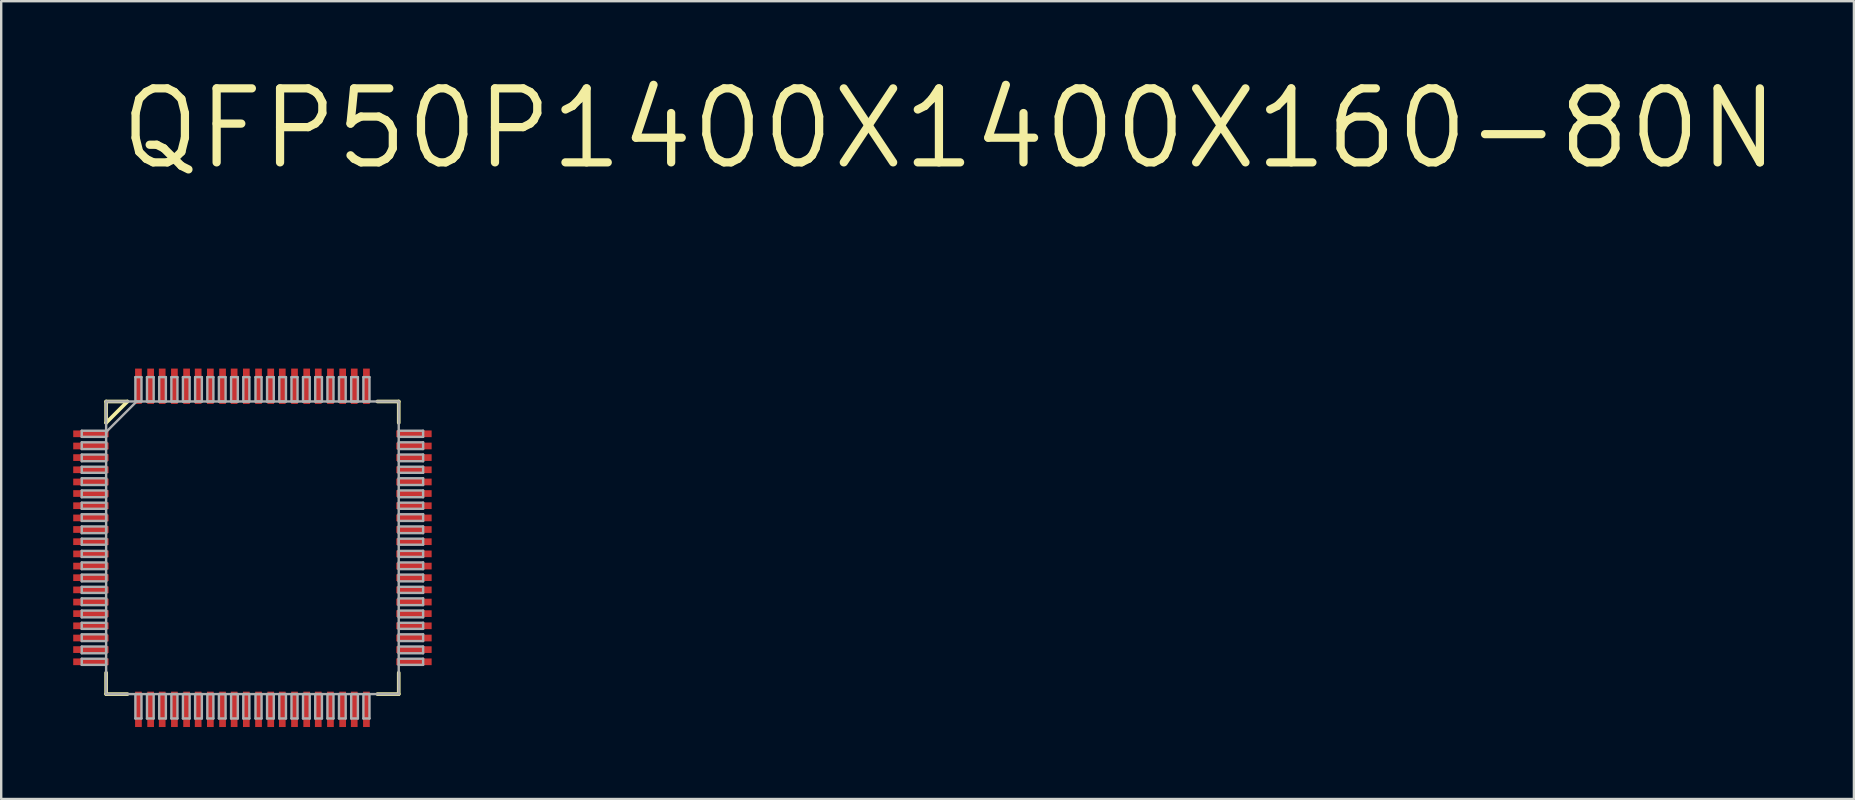
<source format=kicad_pcb>
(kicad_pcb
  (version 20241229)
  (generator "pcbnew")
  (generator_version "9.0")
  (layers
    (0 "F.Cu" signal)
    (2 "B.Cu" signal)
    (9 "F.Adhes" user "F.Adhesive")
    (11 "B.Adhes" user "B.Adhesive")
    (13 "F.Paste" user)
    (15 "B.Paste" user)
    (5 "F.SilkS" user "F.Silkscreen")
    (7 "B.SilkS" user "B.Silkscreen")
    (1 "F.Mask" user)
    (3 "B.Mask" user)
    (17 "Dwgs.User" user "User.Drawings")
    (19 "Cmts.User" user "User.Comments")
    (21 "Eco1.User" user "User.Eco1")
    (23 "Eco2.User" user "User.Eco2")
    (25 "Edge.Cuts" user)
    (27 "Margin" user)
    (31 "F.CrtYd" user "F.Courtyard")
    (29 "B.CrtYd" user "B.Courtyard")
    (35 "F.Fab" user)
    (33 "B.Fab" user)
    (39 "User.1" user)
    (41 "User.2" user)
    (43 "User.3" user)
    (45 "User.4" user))
  (footprint "QFP50P1400X1400X160-80N"
    (layer "F.Cu")
    (at 7.468 19.775)
    (property "Reference" "QFP50P1400X1400X160-80N" (at -5.681 -15.665 0) (layer "F.SilkS") (effects (font (size 3.083 3.083) (thickness 0.343)) (justify left bottom)))
    (fp_line (start -6.096 -6.096) (end -6.096 -5.207) (stroke (width 0.152) (type solid)) (layer "F.SilkS"))
    (fp_line (start -6.096 -5.207) (end -5.207 -6.096) (stroke (width 0.152) (type solid)) (layer "F.SilkS"))
    (fp_line (start -6.096 5.207) (end -6.096 6.096) (stroke (width 0.152) (type solid)) (layer "F.SilkS"))
    (fp_line (start -6.096 6.096) (end -5.207 6.096) (stroke (width 0.152) (type solid)) (layer "F.SilkS"))
    (fp_line (start -5.207 -6.096) (end -6.096 -6.096) (stroke (width 0.152) (type solid)) (layer "F.SilkS"))
    (fp_line (start 5.207 6.096) (end 6.096 6.096) (stroke (width 0.152) (type solid)) (layer "F.SilkS"))
    (fp_line (start 6.096 -6.096) (end 5.207 -6.096) (stroke (width 0.152) (type solid)) (layer "F.SilkS"))
    (fp_line (start 6.096 -5.207) (end 6.096 -6.096) (stroke (width 0.152) (type solid)) (layer "F.SilkS"))
    (fp_line (start 6.096 6.096) (end 6.096 5.207) (stroke (width 0.152) (type solid)) (layer "F.SilkS"))
    (fp_line (start -7.112 -4.877) (end -7.112 -4.623) (stroke (width 0.1) (type solid)) (layer "F.Fab"))
    (fp_line (start -7.112 -4.623) (end -6.096 -4.623) (stroke (width 0.1) (type solid)) (layer "F.Fab"))
    (fp_line (start -7.112 -4.394) (end -7.112 -4.115) (stroke (width 0.1) (type solid)) (layer "F.Fab"))
    (fp_line (start -7.112 -4.115) (end -6.096 -4.115) (stroke (width 0.1) (type solid)) (layer "F.Fab"))
    (fp_line (start -7.112 -3.886) (end -7.112 -3.607) (stroke (width 0.1) (type solid)) (layer "F.Fab"))
    (fp_line (start -7.112 -3.607) (end -6.096 -3.607) (stroke (width 0.1) (type solid)) (layer "F.Fab"))
    (fp_line (start -7.112 -3.378) (end -7.112 -3.124) (stroke (width 0.1) (type solid)) (layer "F.Fab"))
    (fp_line (start -7.112 -3.124) (end -6.096 -3.124) (stroke (width 0.1) (type solid)) (layer "F.Fab"))
    (fp_line (start -7.112 -2.896) (end -7.112 -2.616) (stroke (width 0.1) (type solid)) (layer "F.Fab"))
    (fp_line (start -7.112 -2.616) (end -6.096 -2.616) (stroke (width 0.1) (type solid)) (layer "F.Fab"))
    (fp_line (start -7.112 -2.388) (end -7.112 -2.108) (stroke (width 0.1) (type solid)) (layer "F.Fab"))
    (fp_line (start -7.112 -2.108) (end -6.096 -2.108) (stroke (width 0.1) (type solid)) (layer "F.Fab"))
    (fp_line (start -7.112 -1.88) (end -7.112 -1.626) (stroke (width 0.1) (type solid)) (layer "F.Fab"))
    (fp_line (start -7.112 -1.626) (end -6.096 -1.626) (stroke (width 0.1) (type solid)) (layer "F.Fab"))
    (fp_line (start -7.112 -1.397) (end -7.112 -1.118) (stroke (width 0.1) (type solid)) (layer "F.Fab"))
    (fp_line (start -7.112 -1.118) (end -6.096 -1.118) (stroke (width 0.1) (type solid)) (layer "F.Fab"))
    (fp_line (start -7.112 -0.889) (end -7.112 -0.61) (stroke (width 0.1) (type solid)) (layer "F.Fab"))
    (fp_line (start -7.112 -0.61) (end -6.096 -0.61) (stroke (width 0.1) (type solid)) (layer "F.Fab"))
    (fp_line (start -7.112 -0.381) (end -7.112 -0.127) (stroke (width 0.1) (type solid)) (layer "F.Fab"))
    (fp_line (start -7.112 -0.127) (end -6.096 -0.127) (stroke (width 0.1) (type solid)) (layer "F.Fab"))
    (fp_line (start -7.112 0.127) (end -7.112 0.381) (stroke (width 0.1) (type solid)) (layer "F.Fab"))
    (fp_line (start -7.112 0.381) (end -6.096 0.381) (stroke (width 0.1) (type solid)) (layer "F.Fab"))
    (fp_line (start -7.112 0.61) (end -7.112 0.889) (stroke (width 0.1) (type solid)) (layer "F.Fab"))
    (fp_line (start -7.112 0.889) (end -6.096 0.889) (stroke (width 0.1) (type solid)) (layer "F.Fab"))
    (fp_line (start -7.112 1.118) (end -7.112 1.397) (stroke (width 0.1) (type solid)) (layer "F.Fab"))
    (fp_line (start -7.112 1.397) (end -6.096 1.397) (stroke (width 0.1) (type solid)) (layer "F.Fab"))
    (fp_line (start -7.112 1.626) (end -7.112 1.88) (stroke (width 0.1) (type solid)) (layer "F.Fab"))
    (fp_line (start -7.112 1.88) (end -6.096 1.88) (stroke (width 0.1) (type solid)) (layer "F.Fab"))
    (fp_line (start -7.112 2.108) (end -7.112 2.388) (stroke (width 0.1) (type solid)) (layer "F.Fab"))
    (fp_line (start -7.112 2.388) (end -6.096 2.388) (stroke (width 0.1) (type solid)) (layer "F.Fab"))
    (fp_line (start -7.112 2.616) (end -7.112 2.896) (stroke (width 0.1) (type solid)) (layer "F.Fab"))
    (fp_line (start -7.112 2.896) (end -6.096 2.896) (stroke (width 0.1) (type solid)) (layer "F.Fab"))
    (fp_line (start -7.112 3.124) (end -7.112 3.378) (stroke (width 0.1) (type solid)) (layer "F.Fab"))
    (fp_line (start -7.112 3.378) (end -6.096 3.378) (stroke (width 0.1) (type solid)) (layer "F.Fab"))
    (fp_line (start -7.112 3.607) (end -7.112 3.886) (stroke (width 0.1) (type solid)) (layer "F.Fab"))
    (fp_line (start -7.112 3.886) (end -6.096 3.886) (stroke (width 0.1) (type solid)) (layer "F.Fab"))
    (fp_line (start -7.112 4.115) (end -7.112 4.394) (stroke (width 0.1) (type solid)) (layer "F.Fab"))
    (fp_line (start -7.112 4.394) (end -6.096 4.394) (stroke (width 0.1) (type solid)) (layer "F.Fab"))
    (fp_line (start -7.112 4.623) (end -7.112 4.877) (stroke (width 0.1) (type solid)) (layer "F.Fab"))
    (fp_line (start -7.112 4.877) (end -6.096 4.877) (stroke (width 0.1) (type solid)) (layer "F.Fab"))
    (fp_line (start -6.096 -6.096) (end -6.096 6.096) (stroke (width 0.1) (type solid)) (layer "F.Fab"))
    (fp_line (start -6.096 -4.877) (end -7.112 -4.877) (stroke (width 0.1) (type solid)) (layer "F.Fab"))
    (fp_line (start -6.096 -4.826) (end -6.096 -4.877) (stroke (width 0.1) (type solid)) (layer "F.Fab"))
    (fp_line (start -6.096 -4.826) (end -4.826 -6.096) (stroke (width 0.1) (type solid)) (layer "F.Fab"))
    (fp_line (start -6.096 -4.623) (end -6.096 -4.826) (stroke (width 0.1) (type solid)) (layer "F.Fab"))
    (fp_line (start -6.096 -4.394) (end -7.112 -4.394) (stroke (width 0.1) (type solid)) (layer "F.Fab"))
    (fp_line (start -6.096 -4.115) (end -6.096 -4.394) (stroke (width 0.1) (type solid)) (layer "F.Fab"))
    (fp_line (start -6.096 -3.886) (end -7.112 -3.886) (stroke (width 0.1) (type solid)) (layer "F.Fab"))
    (fp_line (start -6.096 -3.607) (end -6.096 -3.886) (stroke (width 0.1) (type solid)) (layer "F.Fab"))
    (fp_line (start -6.096 -3.378) (end -7.112 -3.378) (stroke (width 0.1) (type solid)) (layer "F.Fab"))
    (fp_line (start -6.096 -3.124) (end -6.096 -3.378) (stroke (width 0.1) (type solid)) (layer "F.Fab"))
    (fp_line (start -6.096 -2.896) (end -7.112 -2.896) (stroke (width 0.1) (type solid)) (layer "F.Fab"))
    (fp_line (start -6.096 -2.616) (end -6.096 -2.896) (stroke (width 0.1) (type solid)) (layer "F.Fab"))
    (fp_line (start -6.096 -2.388) (end -7.112 -2.388) (stroke (width 0.1) (type solid)) (layer "F.Fab"))
    (fp_line (start -6.096 -2.108) (end -6.096 -2.388) (stroke (width 0.1) (type solid)) (layer "F.Fab"))
    (fp_line (start -6.096 -1.88) (end -7.112 -1.88) (stroke (width 0.1) (type solid)) (layer "F.Fab"))
    (fp_line (start -6.096 -1.626) (end -6.096 -1.88) (stroke (width 0.1) (type solid)) (layer "F.Fab"))
    (fp_line (start -6.096 -1.397) (end -7.112 -1.397) (stroke (width 0.1) (type solid)) (layer "F.Fab"))
    (fp_line (start -6.096 -1.118) (end -6.096 -1.397) (stroke (width 0.1) (type solid)) (layer "F.Fab"))
    (fp_line (start -6.096 -0.889) (end -7.112 -0.889) (stroke (width 0.1) (type solid)) (layer "F.Fab"))
    (fp_line (start -6.096 -0.61) (end -6.096 -0.889) (stroke (width 0.1) (type solid)) (layer "F.Fab"))
    (fp_line (start -6.096 -0.381) (end -7.112 -0.381) (stroke (width 0.1) (type solid)) (layer "F.Fab"))
    (fp_line (start -6.096 -0.127) (end -6.096 -0.381) (stroke (width 0.1) (type solid)) (layer "F.Fab"))
    (fp_line (start -6.096 0.127) (end -7.112 0.127) (stroke (width 0.1) (type solid)) (layer "F.Fab"))
    (fp_line (start -6.096 0.381) (end -6.096 0.127) (stroke (width 0.1) (type solid)) (layer "F.Fab"))
    (fp_line (start -6.096 0.61) (end -7.112 0.61) (stroke (width 0.1) (type solid)) (layer "F.Fab"))
    (fp_line (start -6.096 0.889) (end -6.096 0.61) (stroke (width 0.1) (type solid)) (layer "F.Fab"))
    (fp_line (start -6.096 1.118) (end -7.112 1.118) (stroke (width 0.1) (type solid)) (layer "F.Fab"))
    (fp_line (start -6.096 1.397) (end -6.096 1.118) (stroke (width 0.1) (type solid)) (layer "F.Fab"))
    (fp_line (start -6.096 1.626) (end -7.112 1.626) (stroke (width 0.1) (type solid)) (layer "F.Fab"))
    (fp_line (start -6.096 1.88) (end -6.096 1.626) (stroke (width 0.1) (type solid)) (layer "F.Fab"))
    (fp_line (start -6.096 2.108) (end -7.112 2.108) (stroke (width 0.1) (type solid)) (layer "F.Fab"))
    (fp_line (start -6.096 2.388) (end -6.096 2.108) (stroke (width 0.1) (type solid)) (layer "F.Fab"))
    (fp_line (start -6.096 2.616) (end -7.112 2.616) (stroke (width 0.1) (type solid)) (layer "F.Fab"))
    (fp_line (start -6.096 2.896) (end -6.096 2.616) (stroke (width 0.1) (type solid)) (layer "F.Fab"))
    (fp_line (start -6.096 3.124) (end -7.112 3.124) (stroke (width 0.1) (type solid)) (layer "F.Fab"))
    (fp_line (start -6.096 3.378) (end -6.096 3.124) (stroke (width 0.1) (type solid)) (layer "F.Fab"))
    (fp_line (start -6.096 3.607) (end -7.112 3.607) (stroke (width 0.1) (type solid)) (layer "F.Fab"))
    (fp_line (start -6.096 3.886) (end -6.096 3.607) (stroke (width 0.1) (type solid)) (layer "F.Fab"))
    (fp_line (start -6.096 4.115) (end -7.112 4.115) (stroke (width 0.1) (type solid)) (layer "F.Fab"))
    (fp_line (start -6.096 4.394) (end -6.096 4.115) (stroke (width 0.1) (type solid)) (layer "F.Fab"))
    (fp_line (start -6.096 4.623) (end -7.112 4.623) (stroke (width 0.1) (type solid)) (layer "F.Fab"))
    (fp_line (start -6.096 4.877) (end -6.096 4.623) (stroke (width 0.1) (type solid)) (layer "F.Fab"))
    (fp_line (start -6.096 6.096) (end 6.096 6.096) (stroke (width 0.1) (type solid)) (layer "F.Fab"))
    (fp_line (start -4.877 -7.112) (end -4.877 -6.096) (stroke (width 0.1) (type solid)) (layer "F.Fab"))
    (fp_line (start -4.877 -6.096) (end -4.826 -6.096) (stroke (width 0.1) (type solid)) (layer "F.Fab"))
    (fp_line (start -4.877 6.096) (end -4.877 7.112) (stroke (width 0.1) (type solid)) (layer "F.Fab"))
    (fp_line (start -4.877 7.112) (end -4.623 7.112) (stroke (width 0.1) (type solid)) (layer "F.Fab"))
    (fp_line (start -4.826 -6.096) (end -4.623 -6.096) (stroke (width 0.1) (type solid)) (layer "F.Fab"))
    (fp_line (start -4.623 -7.112) (end -4.877 -7.112) (stroke (width 0.1) (type solid)) (layer "F.Fab"))
    (fp_line (start -4.623 -6.096) (end -4.623 -7.112) (stroke (width 0.1) (type solid)) (layer "F.Fab"))
    (fp_line (start -4.623 6.096) (end -4.877 6.096) (stroke (width 0.1) (type solid)) (layer "F.Fab"))
    (fp_line (start -4.623 7.112) (end -4.623 6.096) (stroke (width 0.1) (type solid)) (layer "F.Fab"))
    (fp_line (start -4.394 -7.112) (end -4.394 -6.096) (stroke (width 0.1) (type solid)) (layer "F.Fab"))
    (fp_line (start -4.394 -6.096) (end -4.115 -6.096) (stroke (width 0.1) (type solid)) (layer "F.Fab"))
    (fp_line (start -4.394 6.096) (end -4.394 7.112) (stroke (width 0.1) (type solid)) (layer "F.Fab"))
    (fp_line (start -4.394 7.112) (end -4.115 7.112) (stroke (width 0.1) (type solid)) (layer "F.Fab"))
    (fp_line (start -4.115 -7.112) (end -4.394 -7.112) (stroke (width 0.1) (type solid)) (layer "F.Fab"))
    (fp_line (start -4.115 -6.096) (end -4.115 -7.112) (stroke (width 0.1) (type solid)) (layer "F.Fab"))
    (fp_line (start -4.115 6.096) (end -4.394 6.096) (stroke (width 0.1) (type solid)) (layer "F.Fab"))
    (fp_line (start -4.115 7.112) (end -4.115 6.096) (stroke (width 0.1) (type solid)) (layer "F.Fab"))
    (fp_line (start -3.886 -7.112) (end -3.886 -6.096) (stroke (width 0.1) (type solid)) (layer "F.Fab"))
    (fp_line (start -3.886 -6.096) (end -3.607 -6.096) (stroke (width 0.1) (type solid)) (layer "F.Fab"))
    (fp_line (start -3.886 6.096) (end -3.886 7.112) (stroke (width 0.1) (type solid)) (layer "F.Fab"))
    (fp_line (start -3.886 7.112) (end -3.607 7.112) (stroke (width 0.1) (type solid)) (layer "F.Fab"))
    (fp_line (start -3.607 -7.112) (end -3.886 -7.112) (stroke (width 0.1) (type solid)) (layer "F.Fab"))
    (fp_line (start -3.607 -6.096) (end -3.607 -7.112) (stroke (width 0.1) (type solid)) (layer "F.Fab"))
    (fp_line (start -3.607 6.096) (end -3.886 6.096) (stroke (width 0.1) (type solid)) (layer "F.Fab"))
    (fp_line (start -3.607 7.112) (end -3.607 6.096) (stroke (width 0.1) (type solid)) (layer "F.Fab"))
    (fp_line (start -3.378 -7.112) (end -3.378 -6.096) (stroke (width 0.1) (type solid)) (layer "F.Fab"))
    (fp_line (start -3.378 -6.096) (end -3.124 -6.096) (stroke (width 0.1) (type solid)) (layer "F.Fab"))
    (fp_line (start -3.378 6.096) (end -3.378 7.112) (stroke (width 0.1) (type solid)) (layer "F.Fab"))
    (fp_line (start -3.378 7.112) (end -3.124 7.112) (stroke (width 0.1) (type solid)) (layer "F.Fab"))
    (fp_line (start -3.124 -7.112) (end -3.378 -7.112) (stroke (width 0.1) (type solid)) (layer "F.Fab"))
    (fp_line (start -3.124 -6.096) (end -3.124 -7.112) (stroke (width 0.1) (type solid)) (layer "F.Fab"))
    (fp_line (start -3.124 6.096) (end -3.378 6.096) (stroke (width 0.1) (type solid)) (layer "F.Fab"))
    (fp_line (start -3.124 7.112) (end -3.124 6.096) (stroke (width 0.1) (type solid)) (layer "F.Fab"))
    (fp_line (start -2.896 -7.112) (end -2.896 -6.096) (stroke (width 0.1) (type solid)) (layer "F.Fab"))
    (fp_line (start -2.896 -6.096) (end -2.616 -6.096) (stroke (width 0.1) (type solid)) (layer "F.Fab"))
    (fp_line (start -2.896 6.096) (end -2.896 7.112) (stroke (width 0.1) (type solid)) (layer "F.Fab"))
    (fp_line (start -2.896 7.112) (end -2.616 7.112) (stroke (width 0.1) (type solid)) (layer "F.Fab"))
    (fp_line (start -2.616 -7.112) (end -2.896 -7.112) (stroke (width 0.1) (type solid)) (layer "F.Fab"))
    (fp_line (start -2.616 -6.096) (end -2.616 -7.112) (stroke (width 0.1) (type solid)) (layer "F.Fab"))
    (fp_line (start -2.616 6.096) (end -2.896 6.096) (stroke (width 0.1) (type solid)) (layer "F.Fab"))
    (fp_line (start -2.616 7.112) (end -2.616 6.096) (stroke (width 0.1) (type solid)) (layer "F.Fab"))
    (fp_line (start -2.388 -7.112) (end -2.388 -6.096) (stroke (width 0.1) (type solid)) (layer "F.Fab"))
    (fp_line (start -2.388 -6.096) (end -2.108 -6.096) (stroke (width 0.1) (type solid)) (layer "F.Fab"))
    (fp_line (start -2.388 6.096) (end -2.388 7.112) (stroke (width 0.1) (type solid)) (layer "F.Fab"))
    (fp_line (start -2.388 7.112) (end -2.108 7.112) (stroke (width 0.1) (type solid)) (layer "F.Fab"))
    (fp_line (start -2.108 -7.112) (end -2.388 -7.112) (stroke (width 0.1) (type solid)) (layer "F.Fab"))
    (fp_line (start -2.108 -6.096) (end -2.108 -7.112) (stroke (width 0.1) (type solid)) (layer "F.Fab"))
    (fp_line (start -2.108 6.096) (end -2.388 6.096) (stroke (width 0.1) (type solid)) (layer "F.Fab"))
    (fp_line (start -2.108 7.112) (end -2.108 6.096) (stroke (width 0.1) (type solid)) (layer "F.Fab"))
    (fp_line (start -1.88 -7.112) (end -1.88 -6.096) (stroke (width 0.1) (type solid)) (layer "F.Fab"))
    (fp_line (start -1.88 -6.096) (end -1.626 -6.096) (stroke (width 0.1) (type solid)) (layer "F.Fab"))
    (fp_line (start -1.88 6.096) (end -1.88 7.112) (stroke (width 0.1) (type solid)) (layer "F.Fab"))
    (fp_line (start -1.88 7.112) (end -1.626 7.112) (stroke (width 0.1) (type solid)) (layer "F.Fab"))
    (fp_line (start -1.626 -7.112) (end -1.88 -7.112) (stroke (width 0.1) (type solid)) (layer "F.Fab"))
    (fp_line (start -1.626 -6.096) (end -1.626 -7.112) (stroke (width 0.1) (type solid)) (layer "F.Fab"))
    (fp_line (start -1.626 6.096) (end -1.88 6.096) (stroke (width 0.1) (type solid)) (layer "F.Fab"))
    (fp_line (start -1.626 7.112) (end -1.626 6.096) (stroke (width 0.1) (type solid)) (layer "F.Fab"))
    (fp_line (start -1.397 -7.112) (end -1.397 -6.096) (stroke (width 0.1) (type solid)) (layer "F.Fab"))
    (fp_line (start -1.397 -6.096) (end -1.118 -6.096) (stroke (width 0.1) (type solid)) (layer "F.Fab"))
    (fp_line (start -1.397 6.096) (end -1.397 7.112) (stroke (width 0.1) (type solid)) (layer "F.Fab"))
    (fp_line (start -1.397 7.112) (end -1.118 7.112) (stroke (width 0.1) (type solid)) (layer "F.Fab"))
    (fp_line (start -1.118 -7.112) (end -1.397 -7.112) (stroke (width 0.1) (type solid)) (layer "F.Fab"))
    (fp_line (start -1.118 -6.096) (end -1.118 -7.112) (stroke (width 0.1) (type solid)) (layer "F.Fab"))
    (fp_line (start -1.118 6.096) (end -1.397 6.096) (stroke (width 0.1) (type solid)) (layer "F.Fab"))
    (fp_line (start -1.118 7.112) (end -1.118 6.096) (stroke (width 0.1) (type solid)) (layer "F.Fab"))
    (fp_line (start -0.889 -7.112) (end -0.889 -6.096) (stroke (width 0.1) (type solid)) (layer "F.Fab"))
    (fp_line (start -0.889 -6.096) (end -0.61 -6.096) (stroke (width 0.1) (type solid)) (layer "F.Fab"))
    (fp_line (start -0.889 6.096) (end -0.889 7.112) (stroke (width 0.1) (type solid)) (layer "F.Fab"))
    (fp_line (start -0.889 7.112) (end -0.61 7.112) (stroke (width 0.1) (type solid)) (layer "F.Fab"))
    (fp_line (start -0.61 -7.112) (end -0.889 -7.112) (stroke (width 0.1) (type solid)) (layer "F.Fab"))
    (fp_line (start -0.61 -6.096) (end -0.61 -7.112) (stroke (width 0.1) (type solid)) (layer "F.Fab"))
    (fp_line (start -0.61 6.096) (end -0.889 6.096) (stroke (width 0.1) (type solid)) (layer "F.Fab"))
    (fp_line (start -0.61 7.112) (end -0.61 6.096) (stroke (width 0.1) (type solid)) (layer "F.Fab"))
    (fp_line (start -0.381 -7.112) (end -0.381 -6.096) (stroke (width 0.1) (type solid)) (layer "F.Fab"))
    (fp_line (start -0.381 -6.096) (end -0.127 -6.096) (stroke (width 0.1) (type solid)) (layer "F.Fab"))
    (fp_line (start -0.381 6.096) (end -0.381 7.112) (stroke (width 0.1) (type solid)) (layer "F.Fab"))
    (fp_line (start -0.381 7.112) (end -0.127 7.112) (stroke (width 0.1) (type solid)) (layer "F.Fab"))
    (fp_line (start -0.127 -7.112) (end -0.381 -7.112) (stroke (width 0.1) (type solid)) (layer "F.Fab"))
    (fp_line (start -0.127 -6.096) (end -0.127 -7.112) (stroke (width 0.1) (type solid)) (layer "F.Fab"))
    (fp_line (start -0.127 6.096) (end -0.381 6.096) (stroke (width 0.1) (type solid)) (layer "F.Fab"))
    (fp_line (start -0.127 7.112) (end -0.127 6.096) (stroke (width 0.1) (type solid)) (layer "F.Fab"))
    (fp_line (start 0.127 -7.112) (end 0.127 -6.096) (stroke (width 0.1) (type solid)) (layer "F.Fab"))
    (fp_line (start 0.127 -6.096) (end 0.381 -6.096) (stroke (width 0.1) (type solid)) (layer "F.Fab"))
    (fp_line (start 0.127 6.096) (end 0.127 7.112) (stroke (width 0.1) (type solid)) (layer "F.Fab"))
    (fp_line (start 0.127 7.112) (end 0.381 7.112) (stroke (width 0.1) (type solid)) (layer "F.Fab"))
    (fp_line (start 0.381 -7.112) (end 0.127 -7.112) (stroke (width 0.1) (type solid)) (layer "F.Fab"))
    (fp_line (start 0.381 -6.096) (end 0.381 -7.112) (stroke (width 0.1) (type solid)) (layer "F.Fab"))
    (fp_line (start 0.381 6.096) (end 0.127 6.096) (stroke (width 0.1) (type solid)) (layer "F.Fab"))
    (fp_line (start 0.381 7.112) (end 0.381 6.096) (stroke (width 0.1) (type solid)) (layer "F.Fab"))
    (fp_line (start 0.61 -7.112) (end 0.61 -6.096) (stroke (width 0.1) (type solid)) (layer "F.Fab"))
    (fp_line (start 0.61 -6.096) (end 0.889 -6.096) (stroke (width 0.1) (type solid)) (layer "F.Fab"))
    (fp_line (start 0.61 6.096) (end 0.61 7.112) (stroke (width 0.1) (type solid)) (layer "F.Fab"))
    (fp_line (start 0.61 7.112) (end 0.889 7.112) (stroke (width 0.1) (type solid)) (layer "F.Fab"))
    (fp_line (start 0.889 -7.112) (end 0.61 -7.112) (stroke (width 0.1) (type solid)) (layer "F.Fab"))
    (fp_line (start 0.889 -6.096) (end 0.889 -7.112) (stroke (width 0.1) (type solid)) (layer "F.Fab"))
    (fp_line (start 0.889 6.096) (end 0.61 6.096) (stroke (width 0.1) (type solid)) (layer "F.Fab"))
    (fp_line (start 0.889 7.112) (end 0.889 6.096) (stroke (width 0.1) (type solid)) (layer "F.Fab"))
    (fp_line (start 1.118 -7.112) (end 1.118 -6.096) (stroke (width 0.1) (type solid)) (layer "F.Fab"))
    (fp_line (start 1.118 -6.096) (end 1.397 -6.096) (stroke (width 0.1) (type solid)) (layer "F.Fab"))
    (fp_line (start 1.118 6.096) (end 1.118 7.112) (stroke (width 0.1) (type solid)) (layer "F.Fab"))
    (fp_line (start 1.118 7.112) (end 1.397 7.112) (stroke (width 0.1) (type solid)) (layer "F.Fab"))
    (fp_line (start 1.397 -7.112) (end 1.118 -7.112) (stroke (width 0.1) (type solid)) (layer "F.Fab"))
    (fp_line (start 1.397 -6.096) (end 1.397 -7.112) (stroke (width 0.1) (type solid)) (layer "F.Fab"))
    (fp_line (start 1.397 6.096) (end 1.118 6.096) (stroke (width 0.1) (type solid)) (layer "F.Fab"))
    (fp_line (start 1.397 7.112) (end 1.397 6.096) (stroke (width 0.1) (type solid)) (layer "F.Fab"))
    (fp_line (start 1.626 -7.112) (end 1.626 -6.096) (stroke (width 0.1) (type solid)) (layer "F.Fab"))
    (fp_line (start 1.626 -6.096) (end 1.88 -6.096) (stroke (width 0.1) (type solid)) (layer "F.Fab"))
    (fp_line (start 1.626 6.096) (end 1.626 7.112) (stroke (width 0.1) (type solid)) (layer "F.Fab"))
    (fp_line (start 1.626 7.112) (end 1.88 7.112) (stroke (width 0.1) (type solid)) (layer "F.Fab"))
    (fp_line (start 1.88 -7.112) (end 1.626 -7.112) (stroke (width 0.1) (type solid)) (layer "F.Fab"))
    (fp_line (start 1.88 -6.096) (end 1.88 -7.112) (stroke (width 0.1) (type solid)) (layer "F.Fab"))
    (fp_line (start 1.88 6.096) (end 1.626 6.096) (stroke (width 0.1) (type solid)) (layer "F.Fab"))
    (fp_line (start 1.88 7.112) (end 1.88 6.096) (stroke (width 0.1) (type solid)) (layer "F.Fab"))
    (fp_line (start 2.108 -7.112) (end 2.108 -6.096) (stroke (width 0.1) (type solid)) (layer "F.Fab"))
    (fp_line (start 2.108 -6.096) (end 2.388 -6.096) (stroke (width 0.1) (type solid)) (layer "F.Fab"))
    (fp_line (start 2.108 6.096) (end 2.108 7.112) (stroke (width 0.1) (type solid)) (layer "F.Fab"))
    (fp_line (start 2.108 7.112) (end 2.388 7.112) (stroke (width 0.1) (type solid)) (layer "F.Fab"))
    (fp_line (start 2.388 -7.112) (end 2.108 -7.112) (stroke (width 0.1) (type solid)) (layer "F.Fab"))
    (fp_line (start 2.388 -6.096) (end 2.388 -7.112) (stroke (width 0.1) (type solid)) (layer "F.Fab"))
    (fp_line (start 2.388 6.096) (end 2.108 6.096) (stroke (width 0.1) (type solid)) (layer "F.Fab"))
    (fp_line (start 2.388 7.112) (end 2.388 6.096) (stroke (width 0.1) (type solid)) (layer "F.Fab"))
    (fp_line (start 2.616 -7.112) (end 2.616 -6.096) (stroke (width 0.1) (type solid)) (layer "F.Fab"))
    (fp_line (start 2.616 -6.096) (end 2.896 -6.096) (stroke (width 0.1) (type solid)) (layer "F.Fab"))
    (fp_line (start 2.616 6.096) (end 2.616 7.112) (stroke (width 0.1) (type solid)) (layer "F.Fab"))
    (fp_line (start 2.616 7.112) (end 2.896 7.112) (stroke (width 0.1) (type solid)) (layer "F.Fab"))
    (fp_line (start 2.896 -7.112) (end 2.616 -7.112) (stroke (width 0.1) (type solid)) (layer "F.Fab"))
    (fp_line (start 2.896 -6.096) (end 2.896 -7.112) (stroke (width 0.1) (type solid)) (layer "F.Fab"))
    (fp_line (start 2.896 6.096) (end 2.616 6.096) (stroke (width 0.1) (type solid)) (layer "F.Fab"))
    (fp_line (start 2.896 7.112) (end 2.896 6.096) (stroke (width 0.1) (type solid)) (layer "F.Fab"))
    (fp_line (start 3.124 -7.112) (end 3.124 -6.096) (stroke (width 0.1) (type solid)) (layer "F.Fab"))
    (fp_line (start 3.124 -6.096) (end 3.378 -6.096) (stroke (width 0.1) (type solid)) (layer "F.Fab"))
    (fp_line (start 3.124 6.096) (end 3.124 7.112) (stroke (width 0.1) (type solid)) (layer "F.Fab"))
    (fp_line (start 3.124 7.112) (end 3.378 7.112) (stroke (width 0.1) (type solid)) (layer "F.Fab"))
    (fp_line (start 3.378 -7.112) (end 3.124 -7.112) (stroke (width 0.1) (type solid)) (layer "F.Fab"))
    (fp_line (start 3.378 -6.096) (end 3.378 -7.112) (stroke (width 0.1) (type solid)) (layer "F.Fab"))
    (fp_line (start 3.378 6.096) (end 3.124 6.096) (stroke (width 0.1) (type solid)) (layer "F.Fab"))
    (fp_line (start 3.378 7.112) (end 3.378 6.096) (stroke (width 0.1) (type solid)) (layer "F.Fab"))
    (fp_line (start 3.607 -7.112) (end 3.607 -6.096) (stroke (width 0.1) (type solid)) (layer "F.Fab"))
    (fp_line (start 3.607 -6.096) (end 3.886 -6.096) (stroke (width 0.1) (type solid)) (layer "F.Fab"))
    (fp_line (start 3.607 6.096) (end 3.607 7.112) (stroke (width 0.1) (type solid)) (layer "F.Fab"))
    (fp_line (start 3.607 7.112) (end 3.886 7.112) (stroke (width 0.1) (type solid)) (layer "F.Fab"))
    (fp_line (start 3.886 -7.112) (end 3.607 -7.112) (stroke (width 0.1) (type solid)) (layer "F.Fab"))
    (fp_line (start 3.886 -6.096) (end 3.886 -7.112) (stroke (width 0.1) (type solid)) (layer "F.Fab"))
    (fp_line (start 3.886 6.096) (end 3.607 6.096) (stroke (width 0.1) (type solid)) (layer "F.Fab"))
    (fp_line (start 3.886 7.112) (end 3.886 6.096) (stroke (width 0.1) (type solid)) (layer "F.Fab"))
    (fp_line (start 4.115 -7.112) (end 4.115 -6.096) (stroke (width 0.1) (type solid)) (layer "F.Fab"))
    (fp_line (start 4.115 -6.096) (end 4.394 -6.096) (stroke (width 0.1) (type solid)) (layer "F.Fab"))
    (fp_line (start 4.115 6.096) (end 4.115 7.112) (stroke (width 0.1) (type solid)) (layer "F.Fab"))
    (fp_line (start 4.115 7.112) (end 4.394 7.112) (stroke (width 0.1) (type solid)) (layer "F.Fab"))
    (fp_line (start 4.394 -7.112) (end 4.115 -7.112) (stroke (width 0.1) (type solid)) (layer "F.Fab"))
    (fp_line (start 4.394 -6.096) (end 4.394 -7.112) (stroke (width 0.1) (type solid)) (layer "F.Fab"))
    (fp_line (start 4.394 6.096) (end 4.115 6.096) (stroke (width 0.1) (type solid)) (layer "F.Fab"))
    (fp_line (start 4.394 7.112) (end 4.394 6.096) (stroke (width 0.1) (type solid)) (layer "F.Fab"))
    (fp_line (start 4.623 -7.112) (end 4.623 -6.096) (stroke (width 0.1) (type solid)) (layer "F.Fab"))
    (fp_line (start 4.623 -6.096) (end 4.877 -6.096) (stroke (width 0.1) (type solid)) (layer "F.Fab"))
    (fp_line (start 4.623 6.096) (end 4.623 7.112) (stroke (width 0.1) (type solid)) (layer "F.Fab"))
    (fp_line (start 4.623 7.112) (end 4.877 7.112) (stroke (width 0.1) (type solid)) (layer "F.Fab"))
    (fp_line (start 4.877 -7.112) (end 4.623 -7.112) (stroke (width 0.1) (type solid)) (layer "F.Fab"))
    (fp_line (start 4.877 -6.096) (end 4.877 -7.112) (stroke (width 0.1) (type solid)) (layer "F.Fab"))
    (fp_line (start 4.877 6.096) (end 4.623 6.096) (stroke (width 0.1) (type solid)) (layer "F.Fab"))
    (fp_line (start 4.877 7.112) (end 4.877 6.096) (stroke (width 0.1) (type solid)) (layer "F.Fab"))
    (fp_line (start 6.096 -6.096) (end -6.096 -6.096) (stroke (width 0.1) (type solid)) (layer "F.Fab"))
    (fp_line (start 6.096 -4.877) (end 6.096 -4.623) (stroke (width 0.1) (type solid)) (layer "F.Fab"))
    (fp_line (start 6.096 -4.623) (end 7.112 -4.623) (stroke (width 0.1) (type solid)) (layer "F.Fab"))
    (fp_line (start 6.096 -4.394) (end 6.096 -4.115) (stroke (width 0.1) (type solid)) (layer "F.Fab"))
    (fp_line (start 6.096 -4.115) (end 7.112 -4.115) (stroke (width 0.1) (type solid)) (layer "F.Fab"))
    (fp_line (start 6.096 -3.886) (end 6.096 -3.607) (stroke (width 0.1) (type solid)) (layer "F.Fab"))
    (fp_line (start 6.096 -3.607) (end 7.112 -3.607) (stroke (width 0.1) (type solid)) (layer "F.Fab"))
    (fp_line (start 6.096 -3.378) (end 6.096 -3.124) (stroke (width 0.1) (type solid)) (layer "F.Fab"))
    (fp_line (start 6.096 -3.124) (end 7.112 -3.124) (stroke (width 0.1) (type solid)) (layer "F.Fab"))
    (fp_line (start 6.096 -2.896) (end 6.096 -2.616) (stroke (width 0.1) (type solid)) (layer "F.Fab"))
    (fp_line (start 6.096 -2.616) (end 7.112 -2.616) (stroke (width 0.1) (type solid)) (layer "F.Fab"))
    (fp_line (start 6.096 -2.388) (end 6.096 -2.108) (stroke (width 0.1) (type solid)) (layer "F.Fab"))
    (fp_line (start 6.096 -2.108) (end 7.112 -2.108) (stroke (width 0.1) (type solid)) (layer "F.Fab"))
    (fp_line (start 6.096 -1.88) (end 6.096 -1.626) (stroke (width 0.1) (type solid)) (layer "F.Fab"))
    (fp_line (start 6.096 -1.626) (end 7.112 -1.626) (stroke (width 0.1) (type solid)) (layer "F.Fab"))
    (fp_line (start 6.096 -1.397) (end 6.096 -1.118) (stroke (width 0.1) (type solid)) (layer "F.Fab"))
    (fp_line (start 6.096 -1.118) (end 7.112 -1.118) (stroke (width 0.1) (type solid)) (layer "F.Fab"))
    (fp_line (start 6.096 -0.889) (end 6.096 -0.61) (stroke (width 0.1) (type solid)) (layer "F.Fab"))
    (fp_line (start 6.096 -0.61) (end 7.112 -0.61) (stroke (width 0.1) (type solid)) (layer "F.Fab"))
    (fp_line (start 6.096 -0.381) (end 6.096 -0.127) (stroke (width 0.1) (type solid)) (layer "F.Fab"))
    (fp_line (start 6.096 -0.127) (end 7.112 -0.127) (stroke (width 0.1) (type solid)) (layer "F.Fab"))
    (fp_line (start 6.096 0.127) (end 6.096 0.381) (stroke (width 0.1) (type solid)) (layer "F.Fab"))
    (fp_line (start 6.096 0.381) (end 7.112 0.381) (stroke (width 0.1) (type solid)) (layer "F.Fab"))
    (fp_line (start 6.096 0.61) (end 6.096 0.889) (stroke (width 0.1) (type solid)) (layer "F.Fab"))
    (fp_line (start 6.096 0.889) (end 7.112 0.889) (stroke (width 0.1) (type solid)) (layer "F.Fab"))
    (fp_line (start 6.096 1.118) (end 6.096 1.397) (stroke (width 0.1) (type solid)) (layer "F.Fab"))
    (fp_line (start 6.096 1.397) (end 7.112 1.397) (stroke (width 0.1) (type solid)) (layer "F.Fab"))
    (fp_line (start 6.096 1.626) (end 6.096 1.88) (stroke (width 0.1) (type solid)) (layer "F.Fab"))
    (fp_line (start 6.096 1.88) (end 7.112 1.88) (stroke (width 0.1) (type solid)) (layer "F.Fab"))
    (fp_line (start 6.096 2.108) (end 6.096 2.388) (stroke (width 0.1) (type solid)) (layer "F.Fab"))
    (fp_line (start 6.096 2.388) (end 7.112 2.388) (stroke (width 0.1) (type solid)) (layer "F.Fab"))
    (fp_line (start 6.096 2.616) (end 6.096 2.896) (stroke (width 0.1) (type solid)) (layer "F.Fab"))
    (fp_line (start 6.096 2.896) (end 7.112 2.896) (stroke (width 0.1) (type solid)) (layer "F.Fab"))
    (fp_line (start 6.096 3.124) (end 6.096 3.378) (stroke (width 0.1) (type solid)) (layer "F.Fab"))
    (fp_line (start 6.096 3.378) (end 7.112 3.378) (stroke (width 0.1) (type solid)) (layer "F.Fab"))
    (fp_line (start 6.096 3.607) (end 6.096 3.886) (stroke (width 0.1) (type solid)) (layer "F.Fab"))
    (fp_line (start 6.096 3.886) (end 7.112 3.886) (stroke (width 0.1) (type solid)) (layer "F.Fab"))
    (fp_line (start 6.096 4.115) (end 6.096 4.394) (stroke (width 0.1) (type solid)) (layer "F.Fab"))
    (fp_line (start 6.096 4.394) (end 7.112 4.394) (stroke (width 0.1) (type solid)) (layer "F.Fab"))
    (fp_line (start 6.096 4.623) (end 6.096 4.877) (stroke (width 0.1) (type solid)) (layer "F.Fab"))
    (fp_line (start 6.096 4.877) (end 7.112 4.877) (stroke (width 0.1) (type solid)) (layer "F.Fab"))
    (fp_line (start 6.096 6.096) (end 6.096 -6.096) (stroke (width 0.1) (type solid)) (layer "F.Fab"))
    (fp_line (start 7.112 -4.877) (end 6.096 -4.877) (stroke (width 0.1) (type solid)) (layer "F.Fab"))
    (fp_line (start 7.112 -4.623) (end 7.112 -4.877) (stroke (width 0.1) (type solid)) (layer "F.Fab"))
    (fp_line (start 7.112 -4.394) (end 6.096 -4.394) (stroke (width 0.1) (type solid)) (layer "F.Fab"))
    (fp_line (start 7.112 -4.115) (end 7.112 -4.394) (stroke (width 0.1) (type solid)) (layer "F.Fab"))
    (fp_line (start 7.112 -3.886) (end 6.096 -3.886) (stroke (width 0.1) (type solid)) (layer "F.Fab"))
    (fp_line (start 7.112 -3.607) (end 7.112 -3.886) (stroke (width 0.1) (type solid)) (layer "F.Fab"))
    (fp_line (start 7.112 -3.378) (end 6.096 -3.378) (stroke (width 0.1) (type solid)) (layer "F.Fab"))
    (fp_line (start 7.112 -3.124) (end 7.112 -3.378) (stroke (width 0.1) (type solid)) (layer "F.Fab"))
    (fp_line (start 7.112 -2.896) (end 6.096 -2.896) (stroke (width 0.1) (type solid)) (layer "F.Fab"))
    (fp_line (start 7.112 -2.616) (end 7.112 -2.896) (stroke (width 0.1) (type solid)) (layer "F.Fab"))
    (fp_line (start 7.112 -2.388) (end 6.096 -2.388) (stroke (width 0.1) (type solid)) (layer "F.Fab"))
    (fp_line (start 7.112 -2.108) (end 7.112 -2.388) (stroke (width 0.1) (type solid)) (layer "F.Fab"))
    (fp_line (start 7.112 -1.88) (end 6.096 -1.88) (stroke (width 0.1) (type solid)) (layer "F.Fab"))
    (fp_line (start 7.112 -1.626) (end 7.112 -1.88) (stroke (width 0.1) (type solid)) (layer "F.Fab"))
    (fp_line (start 7.112 -1.397) (end 6.096 -1.397) (stroke (width 0.1) (type solid)) (layer "F.Fab"))
    (fp_line (start 7.112 -1.118) (end 7.112 -1.397) (stroke (width 0.1) (type solid)) (layer "F.Fab"))
    (fp_line (start 7.112 -0.889) (end 6.096 -0.889) (stroke (width 0.1) (type solid)) (layer "F.Fab"))
    (fp_line (start 7.112 -0.61) (end 7.112 -0.889) (stroke (width 0.1) (type solid)) (layer "F.Fab"))
    (fp_line (start 7.112 -0.381) (end 6.096 -0.381) (stroke (width 0.1) (type solid)) (layer "F.Fab"))
    (fp_line (start 7.112 -0.127) (end 7.112 -0.381) (stroke (width 0.1) (type solid)) (layer "F.Fab"))
    (fp_line (start 7.112 0.127) (end 6.096 0.127) (stroke (width 0.1) (type solid)) (layer "F.Fab"))
    (fp_line (start 7.112 0.381) (end 7.112 0.127) (stroke (width 0.1) (type solid)) (layer "F.Fab"))
    (fp_line (start 7.112 0.61) (end 6.096 0.61) (stroke (width 0.1) (type solid)) (layer "F.Fab"))
    (fp_line (start 7.112 0.889) (end 7.112 0.61) (stroke (width 0.1) (type solid)) (layer "F.Fab"))
    (fp_line (start 7.112 1.118) (end 6.096 1.118) (stroke (width 0.1) (type solid)) (layer "F.Fab"))
    (fp_line (start 7.112 1.397) (end 7.112 1.118) (stroke (width 0.1) (type solid)) (layer "F.Fab"))
    (fp_line (start 7.112 1.626) (end 6.096 1.626) (stroke (width 0.1) (type solid)) (layer "F.Fab"))
    (fp_line (start 7.112 1.88) (end 7.112 1.626) (stroke (width 0.1) (type solid)) (layer "F.Fab"))
    (fp_line (start 7.112 2.108) (end 6.096 2.108) (stroke (width 0.1) (type solid)) (layer "F.Fab"))
    (fp_line (start 7.112 2.388) (end 7.112 2.108) (stroke (width 0.1) (type solid)) (layer "F.Fab"))
    (fp_line (start 7.112 2.616) (end 6.096 2.616) (stroke (width 0.1) (type solid)) (layer "F.Fab"))
    (fp_line (start 7.112 2.896) (end 7.112 2.616) (stroke (width 0.1) (type solid)) (layer "F.Fab"))
    (fp_line (start 7.112 3.124) (end 6.096 3.124) (stroke (width 0.1) (type solid)) (layer "F.Fab"))
    (fp_line (start 7.112 3.378) (end 7.112 3.124) (stroke (width 0.1) (type solid)) (layer "F.Fab"))
    (fp_line (start 7.112 3.607) (end 6.096 3.607) (stroke (width 0.1) (type solid)) (layer "F.Fab"))
    (fp_line (start 7.112 3.886) (end 7.112 3.607) (stroke (width 0.1) (type solid)) (layer "F.Fab"))
    (fp_line (start 7.112 4.115) (end 6.096 4.115) (stroke (width 0.1) (type solid)) (layer "F.Fab"))
    (fp_line (start 7.112 4.394) (end 7.112 4.115) (stroke (width 0.1) (type solid)) (layer "F.Fab"))
    (fp_line (start 7.112 4.623) (end 6.096 4.623) (stroke (width 0.1) (type solid)) (layer "F.Fab"))
    (fp_line (start 7.112 4.877) (end 7.112 4.623) (stroke (width 0.1) (type solid)) (layer "F.Fab"))
    (pad "1" smd rect (at -6.731 -4.75 270) (size 0.279 1.473) (layers "F.Cu" "F.Mask" "F.Paste"))
    (pad "2" smd rect (at -6.731 -4.242 270) (size 0.279 1.473) (layers "F.Cu" "F.Mask" "F.Paste"))
    (pad "3" smd rect (at -6.731 -3.759 270) (size 0.279 1.473) (layers "F.Cu" "F.Mask" "F.Paste"))
    (pad "4" smd rect (at -6.731 -3.251 270) (size 0.279 1.473) (layers "F.Cu" "F.Mask" "F.Paste"))
    (pad "5" smd rect (at -6.731 -2.743 270) (size 0.279 1.473) (layers "F.Cu" "F.Mask" "F.Paste"))
    (pad "6" smd rect (at -6.731 -2.261 270) (size 0.279 1.473) (layers "F.Cu" "F.Mask" "F.Paste"))
    (pad "7" smd rect (at -6.731 -1.753 270) (size 0.279 1.473) (layers "F.Cu" "F.Mask" "F.Paste"))
    (pad "8" smd rect (at -6.731 -1.245 270) (size 0.279 1.473) (layers "F.Cu" "F.Mask" "F.Paste"))
    (pad "9" smd rect (at -6.731 -0.762 270) (size 0.279 1.473) (layers "F.Cu" "F.Mask" "F.Paste"))
    (pad "10" smd rect (at -6.731 -0.254 270) (size 0.279 1.473) (layers "F.Cu" "F.Mask" "F.Paste"))
    (pad "11" smd rect (at -6.731 0.254 270) (size 0.279 1.473) (layers "F.Cu" "F.Mask" "F.Paste"))
    (pad "12" smd rect (at -6.731 0.762 270) (size 0.279 1.473) (layers "F.Cu" "F.Mask" "F.Paste"))
    (pad "13" smd rect (at -6.731 1.245 270) (size 0.279 1.473) (layers "F.Cu" "F.Mask" "F.Paste"))
    (pad "14" smd rect (at -6.731 1.753 270) (size 0.279 1.473) (layers "F.Cu" "F.Mask" "F.Paste"))
    (pad "15" smd rect (at -6.731 2.261 270) (size 0.279 1.473) (layers "F.Cu" "F.Mask" "F.Paste"))
    (pad "16" smd rect (at -6.731 2.743 270) (size 0.279 1.473) (layers "F.Cu" "F.Mask" "F.Paste"))
    (pad "17" smd rect (at -6.731 3.251 270) (size 0.279 1.473) (layers "F.Cu" "F.Mask" "F.Paste"))
    (pad "18" smd rect (at -6.731 3.759 270) (size 0.279 1.473) (layers "F.Cu" "F.Mask" "F.Paste"))
    (pad "19" smd rect (at -6.731 4.242 270) (size 0.279 1.473) (layers "F.Cu" "F.Mask" "F.Paste"))
    (pad "20" smd rect (at -6.731 4.75 270) (size 0.279 1.473) (layers "F.Cu" "F.Mask" "F.Paste"))
    (pad "21" smd rect (at -4.75 6.731 180) (size 0.279 1.473) (layers "F.Cu" "F.Mask" "F.Paste"))
    (pad "22" smd rect (at -4.242 6.731 180) (size 0.279 1.473) (layers "F.Cu" "F.Mask" "F.Paste"))
    (pad "23" smd rect (at -3.759 6.731 180) (size 0.279 1.473) (layers "F.Cu" "F.Mask" "F.Paste"))
    (pad "24" smd rect (at -3.251 6.731 180) (size 0.279 1.473) (layers "F.Cu" "F.Mask" "F.Paste"))
    (pad "25" smd rect (at -2.743 6.731 180) (size 0.279 1.473) (layers "F.Cu" "F.Mask" "F.Paste"))
    (pad "26" smd rect (at -2.261 6.731 180) (size 0.279 1.473) (layers "F.Cu" "F.Mask" "F.Paste"))
    (pad "27" smd rect (at -1.753 6.731 180) (size 0.279 1.473) (layers "F.Cu" "F.Mask" "F.Paste"))
    (pad "28" smd rect (at -1.245 6.731 180) (size 0.279 1.473) (layers "F.Cu" "F.Mask" "F.Paste"))
    (pad "29" smd rect (at -0.762 6.731 180) (size 0.279 1.473) (layers "F.Cu" "F.Mask" "F.Paste"))
    (pad "30" smd rect (at -0.254 6.731 180) (size 0.279 1.473) (layers "F.Cu" "F.Mask" "F.Paste"))
    (pad "31" smd rect (at 0.254 6.731 180) (size 0.279 1.473) (layers "F.Cu" "F.Mask" "F.Paste"))
    (pad "32" smd rect (at 0.762 6.731 180) (size 0.279 1.473) (layers "F.Cu" "F.Mask" "F.Paste"))
    (pad "33" smd rect (at 1.245 6.731 180) (size 0.279 1.473) (layers "F.Cu" "F.Mask" "F.Paste"))
    (pad "34" smd rect (at 1.753 6.731 180) (size 0.279 1.473) (layers "F.Cu" "F.Mask" "F.Paste"))
    (pad "35" smd rect (at 2.261 6.731 180) (size 0.279 1.473) (layers "F.Cu" "F.Mask" "F.Paste"))
    (pad "36" smd rect (at 2.743 6.731 180) (size 0.279 1.473) (layers "F.Cu" "F.Mask" "F.Paste"))
    (pad "37" smd rect (at 3.251 6.731 180) (size 0.279 1.473) (layers "F.Cu" "F.Mask" "F.Paste"))
    (pad "38" smd rect (at 3.759 6.731 180) (size 0.279 1.473) (layers "F.Cu" "F.Mask" "F.Paste"))
    (pad "39" smd rect (at 4.242 6.731 180) (size 0.279 1.473) (layers "F.Cu" "F.Mask" "F.Paste"))
    (pad "40" smd rect (at 4.75 6.731 180) (size 0.279 1.473) (layers "F.Cu" "F.Mask" "F.Paste"))
    (pad "41" smd rect (at 6.731 4.75 270) (size 0.279 1.473) (layers "F.Cu" "F.Mask" "F.Paste"))
    (pad "42" smd rect (at 6.731 4.242 270) (size 0.279 1.473) (layers "F.Cu" "F.Mask" "F.Paste"))
    (pad "43" smd rect (at 6.731 3.759 270) (size 0.279 1.473) (layers "F.Cu" "F.Mask" "F.Paste"))
    (pad "44" smd rect (at 6.731 3.251 270) (size 0.279 1.473) (layers "F.Cu" "F.Mask" "F.Paste"))
    (pad "45" smd rect (at 6.731 2.743 270) (size 0.279 1.473) (layers "F.Cu" "F.Mask" "F.Paste"))
    (pad "46" smd rect (at 6.731 2.261 270) (size 0.279 1.473) (layers "F.Cu" "F.Mask" "F.Paste"))
    (pad "47" smd rect (at 6.731 1.753 270) (size 0.279 1.473) (layers "F.Cu" "F.Mask" "F.Paste"))
    (pad "48" smd rect (at 6.731 1.245 270) (size 0.279 1.473) (layers "F.Cu" "F.Mask" "F.Paste"))
    (pad "49" smd rect (at 6.731 0.762 270) (size 0.279 1.473) (layers "F.Cu" "F.Mask" "F.Paste"))
    (pad "50" smd rect (at 6.731 0.254 270) (size 0.279 1.473) (layers "F.Cu" "F.Mask" "F.Paste"))
    (pad "51" smd rect (at 6.731 -0.254 270) (size 0.279 1.473) (layers "F.Cu" "F.Mask" "F.Paste"))
    (pad "52" smd rect (at 6.731 -0.762 270) (size 0.279 1.473) (layers "F.Cu" "F.Mask" "F.Paste"))
    (pad "53" smd rect (at 6.731 -1.245 270) (size 0.279 1.473) (layers "F.Cu" "F.Mask" "F.Paste"))
    (pad "54" smd rect (at 6.731 -1.753 270) (size 0.279 1.473) (layers "F.Cu" "F.Mask" "F.Paste"))
    (pad "55" smd rect (at 6.731 -2.261 270) (size 0.279 1.473) (layers "F.Cu" "F.Mask" "F.Paste"))
    (pad "56" smd rect (at 6.731 -2.743 270) (size 0.279 1.473) (layers "F.Cu" "F.Mask" "F.Paste"))
    (pad "57" smd rect (at 6.731 -3.251 270) (size 0.279 1.473) (layers "F.Cu" "F.Mask" "F.Paste"))
    (pad "58" smd rect (at 6.731 -3.759 270) (size 0.279 1.473) (layers "F.Cu" "F.Mask" "F.Paste"))
    (pad "59" smd rect (at 6.731 -4.242 270) (size 0.279 1.473) (layers "F.Cu" "F.Mask" "F.Paste"))
    (pad "60" smd rect (at 6.731 -4.75 270) (size 0.279 1.473) (layers "F.Cu" "F.Mask" "F.Paste"))
    (pad "61" smd rect (at 4.75 -6.731 180) (size 0.279 1.473) (layers "F.Cu" "F.Mask" "F.Paste"))
    (pad "62" smd rect (at 4.242 -6.731 180) (size 0.279 1.473) (layers "F.Cu" "F.Mask" "F.Paste"))
    (pad "63" smd rect (at 3.759 -6.731 180) (size 0.279 1.473) (layers "F.Cu" "F.Mask" "F.Paste"))
    (pad "64" smd rect (at 3.251 -6.731 180) (size 0.279 1.473) (layers "F.Cu" "F.Mask" "F.Paste"))
    (pad "65" smd rect (at 2.743 -6.731 180) (size 0.279 1.473) (layers "F.Cu" "F.Mask" "F.Paste"))
    (pad "66" smd rect (at 2.261 -6.731 180) (size 0.279 1.473) (layers "F.Cu" "F.Mask" "F.Paste"))
    (pad "67" smd rect (at 1.753 -6.731 180) (size 0.279 1.473) (layers "F.Cu" "F.Mask" "F.Paste"))
    (pad "68" smd rect (at 1.245 -6.731 180) (size 0.279 1.473) (layers "F.Cu" "F.Mask" "F.Paste"))
    (pad "69" smd rect (at 0.762 -6.731 180) (size 0.279 1.473) (layers "F.Cu" "F.Mask" "F.Paste"))
    (pad "70" smd rect (at 0.254 -6.731 180) (size 0.279 1.473) (layers "F.Cu" "F.Mask" "F.Paste"))
    (pad "71" smd rect (at -0.254 -6.731 180) (size 0.279 1.473) (layers "F.Cu" "F.Mask" "F.Paste"))
    (pad "72" smd rect (at -0.762 -6.731 180) (size 0.279 1.473) (layers "F.Cu" "F.Mask" "F.Paste"))
    (pad "73" smd rect (at -1.245 -6.731 180) (size 0.279 1.473) (layers "F.Cu" "F.Mask" "F.Paste"))
    (pad "74" smd rect (at -1.753 -6.731 180) (size 0.279 1.473) (layers "F.Cu" "F.Mask" "F.Paste"))
    (pad "75" smd rect (at -2.261 -6.731 180) (size 0.279 1.473) (layers "F.Cu" "F.Mask" "F.Paste"))
    (pad "76" smd rect (at -2.743 -6.731 180) (size 0.279 1.473) (layers "F.Cu" "F.Mask" "F.Paste"))
    (pad "77" smd rect (at -3.251 -6.731 180) (size 0.279 1.473) (layers "F.Cu" "F.Mask" "F.Paste"))
    (pad "78" smd rect (at -3.759 -6.731 180) (size 0.279 1.473) (layers "F.Cu" "F.Mask" "F.Paste"))
    (pad "79" smd rect (at -4.242 -6.731 180) (size 0.279 1.473) (layers "F.Cu" "F.Mask" "F.Paste"))
    (pad "80" smd rect (at -4.75 -6.731 180) (size 0.279 1.473) (layers "F.Cu" "F.Mask" "F.Paste")))
  (gr_rect
    (start -3 -3)
    (end 74.197 30.243)
    (stroke (width 0.1) (type default))
    (fill no)
    (layer "Edge.Cuts")))
</source>
